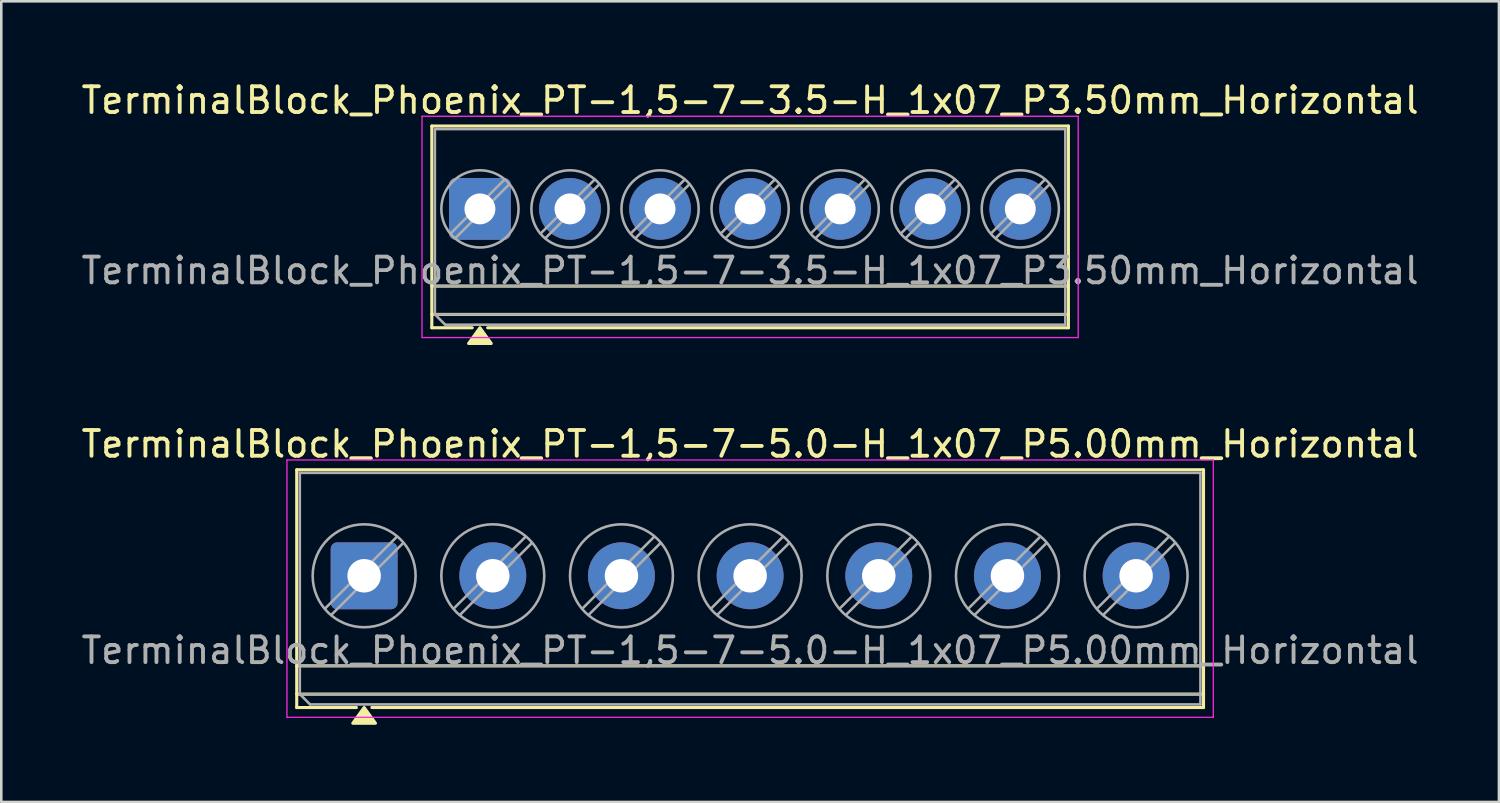
<source format=kicad_pcb>
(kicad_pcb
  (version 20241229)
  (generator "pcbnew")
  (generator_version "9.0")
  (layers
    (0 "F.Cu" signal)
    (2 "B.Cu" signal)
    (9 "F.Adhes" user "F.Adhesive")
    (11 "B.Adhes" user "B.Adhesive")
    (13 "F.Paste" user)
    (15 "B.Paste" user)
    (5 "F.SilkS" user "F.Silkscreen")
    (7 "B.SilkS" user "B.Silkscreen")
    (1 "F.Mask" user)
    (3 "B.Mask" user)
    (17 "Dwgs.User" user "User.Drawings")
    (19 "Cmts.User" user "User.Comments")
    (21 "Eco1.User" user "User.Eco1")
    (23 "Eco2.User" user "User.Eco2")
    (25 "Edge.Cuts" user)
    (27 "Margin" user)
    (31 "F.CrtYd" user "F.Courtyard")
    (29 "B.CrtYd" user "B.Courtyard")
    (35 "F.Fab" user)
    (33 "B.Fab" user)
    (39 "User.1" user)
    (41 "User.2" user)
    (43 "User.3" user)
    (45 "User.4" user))
  (footprint "TerminalBlock_Phoenix_PT-1,5-7-3.5-H_1x07_P3.50mm_Horizontal"
    (layer "F.Cu")
    (at 15.601 5.068)
    (property "Reference" "TerminalBlock_Phoenix_PT-1,5-7-3.5-H_1x07_P3.50mm_Horizontal" (at 10.5 -4.22 0) (layer "F.SilkS") (effects (font (size 1 1) (thickness 0.15))))
    (attr through_hole)
    (fp_line (start -1.87 -3.22) (end -1.87 4.62) (stroke (width 0.12) (type solid)) (layer "F.SilkS"))
    (fp_line (start -1.87 -3.22) (end 22.87 -3.22) (stroke (width 0.12) (type solid)) (layer "F.SilkS"))
    (fp_line (start -1.87 3) (end 22.87 3) (stroke (width 0.12) (type solid)) (layer "F.SilkS"))
    (fp_line (start -1.87 4.1) (end 22.87 4.1) (stroke (width 0.12) (type solid)) (layer "F.SilkS"))
    (fp_line (start -1.87 4.62) (end -0.3 4.62) (stroke (width 0.12) (type solid)) (layer "F.SilkS"))
    (fp_line (start 0.3 4.62) (end 22.87 4.62) (stroke (width 0.12) (type solid)) (layer "F.SilkS"))
    (fp_line (start 22.87 -3.22) (end 22.87 4.62) (stroke (width 0.12) (type solid)) (layer "F.SilkS"))
    (fp_poly (pts (xy 0 4.62) (xy 0.44 5.23) (xy -0.44 5.23)) (stroke (width 0.12) (type solid)) (fill yes) (layer "F.SilkS"))
    (fp_line (start -2.25 -3.6) (end -2.25 5) (stroke (width 0.05) (type solid)) (layer "F.CrtYd"))
    (fp_line (start -2.25 5) (end 23.25 5) (stroke (width 0.05) (type solid)) (layer "F.CrtYd"))
    (fp_line (start 23.25 -3.6) (end -2.25 -3.6) (stroke (width 0.05) (type solid)) (layer "F.CrtYd"))
    (fp_line (start 23.25 5) (end 23.25 -3.6) (stroke (width 0.05) (type solid)) (layer "F.CrtYd"))
    (fp_line (start -1.75 -3.1) (end 22.75 -3.1) (stroke (width 0.1) (type solid)) (layer "F.Fab"))
    (fp_line (start -1.75 3) (end 22.75 3) (stroke (width 0.1) (type solid)) (layer "F.Fab"))
    (fp_line (start -1.75 4.1) (end -1.75 -3.1) (stroke (width 0.1) (type solid)) (layer "F.Fab"))
    (fp_line (start -1.75 4.1) (end 22.75 4.1) (stroke (width 0.1) (type solid)) (layer "F.Fab"))
    (fp_line (start -1.35 4.5) (end -1.75 4.1) (stroke (width 0.1) (type solid)) (layer "F.Fab"))
    (fp_line (start 0.955 -1.138) (end -1.138 0.954) (stroke (width 0.1) (type solid)) (layer "F.Fab"))
    (fp_line (start 1.138 -0.954) (end -0.955 1.137) (stroke (width 0.1) (type solid)) (layer "F.Fab"))
    (fp_line (start 4.455 -1.138) (end 2.362 0.954) (stroke (width 0.1) (type solid)) (layer "F.Fab"))
    (fp_line (start 4.638 -0.954) (end 2.545 1.137) (stroke (width 0.1) (type solid)) (layer "F.Fab"))
    (fp_line (start 7.955 -1.138) (end 5.862 0.954) (stroke (width 0.1) (type solid)) (layer "F.Fab"))
    (fp_line (start 8.138 -0.954) (end 6.045 1.137) (stroke (width 0.1) (type solid)) (layer "F.Fab"))
    (fp_line (start 11.455 -1.138) (end 9.362 0.954) (stroke (width 0.1) (type solid)) (layer "F.Fab"))
    (fp_line (start 11.638 -0.954) (end 9.545 1.137) (stroke (width 0.1) (type solid)) (layer "F.Fab"))
    (fp_line (start 14.955 -1.138) (end 12.862 0.954) (stroke (width 0.1) (type solid)) (layer "F.Fab"))
    (fp_line (start 15.138 -0.954) (end 13.045 1.137) (stroke (width 0.1) (type solid)) (layer "F.Fab"))
    (fp_line (start 18.455 -1.138) (end 16.362 0.954) (stroke (width 0.1) (type solid)) (layer "F.Fab"))
    (fp_line (start 18.638 -0.954) (end 16.545 1.137) (stroke (width 0.1) (type solid)) (layer "F.Fab"))
    (fp_line (start 21.955 -1.138) (end 19.862 0.954) (stroke (width 0.1) (type solid)) (layer "F.Fab"))
    (fp_line (start 22.138 -0.954) (end 20.045 1.137) (stroke (width 0.1) (type solid)) (layer "F.Fab"))
    (fp_line (start 22.75 -3.1) (end 22.75 4.5) (stroke (width 0.1) (type solid)) (layer "F.Fab"))
    (fp_line (start 22.75 4.5) (end -1.35 4.5) (stroke (width 0.1) (type solid)) (layer "F.Fab"))
    (fp_circle (center 0 0) (end 1.5 0) (stroke (width 0.1) (type solid)) (fill no) (layer "F.Fab"))
    (fp_circle (center 3.5 0) (end 5 0) (stroke (width 0.1) (type solid)) (fill no) (layer "F.Fab"))
    (fp_circle (center 7 0) (end 8.5 0) (stroke (width 0.1) (type solid)) (fill no) (layer "F.Fab"))
    (fp_circle (center 10.5 0) (end 12 0) (stroke (width 0.1) (type solid)) (fill no) (layer "F.Fab"))
    (fp_circle (center 14 0) (end 15.5 0) (stroke (width 0.1) (type solid)) (fill no) (layer "F.Fab"))
    (fp_circle (center 17.5 0) (end 19 0) (stroke (width 0.1) (type solid)) (fill no) (layer "F.Fab"))
    (fp_circle (center 21 0) (end 22.5 0) (stroke (width 0.1) (type solid)) (fill no) (layer "F.Fab"))
    (fp_text user "${REFERENCE}" (at 10.5 2.4 0) (layer "F.Fab") (effects (font (size 1 1) (thickness 0.15))))
    (pad "1" thru_hole roundrect (at 0 0) (size 2.4 2.4) (drill 1.2) (layers "*.Cu" "*.Mask") (roundrect_rratio 0.104))
    (pad "2" thru_hole circle (at 3.5 0) (size 2.4 2.4) (drill 1.2) (layers "*.Cu" "*.Mask"))
    (pad "3" thru_hole circle (at 7 0) (size 2.4 2.4) (drill 1.2) (layers "*.Cu" "*.Mask"))
    (pad "4" thru_hole circle (at 10.5 0) (size 2.4 2.4) (drill 1.2) (layers "*.Cu" "*.Mask"))
    (pad "5" thru_hole circle (at 14 0) (size 2.4 2.4) (drill 1.2) (layers "*.Cu" "*.Mask"))
    (pad "6" thru_hole circle (at 17.5 0) (size 2.4 2.4) (drill 1.2) (layers "*.Cu" "*.Mask"))
    (pad "7" thru_hole circle (at 21 0) (size 2.4 2.4) (drill 1.2) (layers "*.Cu" "*.Mask")))
  (footprint "TerminalBlock_Phoenix_PT-1,5-7-5.0-H_1x07_P5.00mm_Horizontal"
    (layer "F.Cu")
    (at 11.101 19.326)
    (property "Reference" "TerminalBlock_Phoenix_PT-1,5-7-5.0-H_1x07_P5.00mm_Horizontal" (at 15 -5.12 0) (layer "F.SilkS") (effects (font (size 1 1) (thickness 0.15))))
    (attr through_hole)
    (fp_line (start -2.62 -4.12) (end -2.62 5.12) (stroke (width 0.12) (type solid)) (layer "F.SilkS"))
    (fp_line (start -2.62 -4.12) (end 32.62 -4.12) (stroke (width 0.12) (type solid)) (layer "F.SilkS"))
    (fp_line (start -2.62 3.5) (end 32.62 3.5) (stroke (width 0.12) (type solid)) (layer "F.SilkS"))
    (fp_line (start -2.62 4.6) (end 32.62 4.6) (stroke (width 0.12) (type solid)) (layer "F.SilkS"))
    (fp_line (start -2.62 5.12) (end -0.3 5.12) (stroke (width 0.12) (type solid)) (layer "F.SilkS"))
    (fp_line (start 0.3 5.12) (end 32.62 5.12) (stroke (width 0.12) (type solid)) (layer "F.SilkS"))
    (fp_line (start 32.62 -4.12) (end 32.62 5.12) (stroke (width 0.12) (type solid)) (layer "F.SilkS"))
    (fp_poly (pts (xy 0 5.12) (xy 0.44 5.73) (xy -0.44 5.73)) (stroke (width 0.12) (type solid)) (fill yes) (layer "F.SilkS"))
    (fp_line (start -3 -4.5) (end -3 5.5) (stroke (width 0.05) (type solid)) (layer "F.CrtYd"))
    (fp_line (start -3 5.5) (end 33 5.5) (stroke (width 0.05) (type solid)) (layer "F.CrtYd"))
    (fp_line (start 33 -4.5) (end -3 -4.5) (stroke (width 0.05) (type solid)) (layer "F.CrtYd"))
    (fp_line (start 33 5.5) (end 33 -4.5) (stroke (width 0.05) (type solid)) (layer "F.CrtYd"))
    (fp_line (start -2.5 -4) (end 32.5 -4) (stroke (width 0.1) (type solid)) (layer "F.Fab"))
    (fp_line (start -2.5 3.5) (end 32.5 3.5) (stroke (width 0.1) (type solid)) (layer "F.Fab"))
    (fp_line (start -2.5 4.6) (end -2.5 -4) (stroke (width 0.1) (type solid)) (layer "F.Fab"))
    (fp_line (start -2.5 4.6) (end 32.5 4.6) (stroke (width 0.1) (type solid)) (layer "F.Fab"))
    (fp_line (start -2.1 5) (end -2.5 4.6) (stroke (width 0.1) (type solid)) (layer "F.Fab"))
    (fp_line (start 1.273 -1.517) (end -1.517 1.272) (stroke (width 0.1) (type solid)) (layer "F.Fab"))
    (fp_line (start 1.517 -1.273) (end -1.273 1.517) (stroke (width 0.1) (type solid)) (layer "F.Fab"))
    (fp_line (start 6.273 -1.517) (end 3.483 1.272) (stroke (width 0.1) (type solid)) (layer "F.Fab"))
    (fp_line (start 6.517 -1.273) (end 3.727 1.517) (stroke (width 0.1) (type solid)) (layer "F.Fab"))
    (fp_line (start 11.273 -1.517) (end 8.483 1.272) (stroke (width 0.1) (type solid)) (layer "F.Fab"))
    (fp_line (start 11.517 -1.273) (end 8.727 1.517) (stroke (width 0.1) (type solid)) (layer "F.Fab"))
    (fp_line (start 16.273 -1.517) (end 13.483 1.272) (stroke (width 0.1) (type solid)) (layer "F.Fab"))
    (fp_line (start 16.517 -1.273) (end 13.727 1.517) (stroke (width 0.1) (type solid)) (layer "F.Fab"))
    (fp_line (start 21.273 -1.517) (end 18.483 1.272) (stroke (width 0.1) (type solid)) (layer "F.Fab"))
    (fp_line (start 21.517 -1.273) (end 18.727 1.517) (stroke (width 0.1) (type solid)) (layer "F.Fab"))
    (fp_line (start 26.273 -1.517) (end 23.483 1.272) (stroke (width 0.1) (type solid)) (layer "F.Fab"))
    (fp_line (start 26.517 -1.273) (end 23.727 1.517) (stroke (width 0.1) (type solid)) (layer "F.Fab"))
    (fp_line (start 31.273 -1.517) (end 28.483 1.272) (stroke (width 0.1) (type solid)) (layer "F.Fab"))
    (fp_line (start 31.517 -1.273) (end 28.727 1.517) (stroke (width 0.1) (type solid)) (layer "F.Fab"))
    (fp_line (start 32.5 -4) (end 32.5 5) (stroke (width 0.1) (type solid)) (layer "F.Fab"))
    (fp_line (start 32.5 5) (end -2.1 5) (stroke (width 0.1) (type solid)) (layer "F.Fab"))
    (fp_circle (center 0 0) (end 2 0) (stroke (width 0.1) (type solid)) (fill no) (layer "F.Fab"))
    (fp_circle (center 5 0) (end 7 0) (stroke (width 0.1) (type solid)) (fill no) (layer "F.Fab"))
    (fp_circle (center 10 0) (end 12 0) (stroke (width 0.1) (type solid)) (fill no) (layer "F.Fab"))
    (fp_circle (center 15 0) (end 17 0) (stroke (width 0.1) (type solid)) (fill no) (layer "F.Fab"))
    (fp_circle (center 20 0) (end 22 0) (stroke (width 0.1) (type solid)) (fill no) (layer "F.Fab"))
    (fp_circle (center 25 0) (end 27 0) (stroke (width 0.1) (type solid)) (fill no) (layer "F.Fab"))
    (fp_circle (center 30 0) (end 32 0) (stroke (width 0.1) (type solid)) (fill no) (layer "F.Fab"))
    (fp_text user "${REFERENCE}" (at 15 2.9 0) (layer "F.Fab") (effects (font (size 1 1) (thickness 0.15))))
    (pad "1" thru_hole roundrect (at 0 0) (size 2.6 2.6) (drill 1.3) (layers "*.Cu" "*.Mask") (roundrect_rratio 0.096))
    (pad "2" thru_hole circle (at 5 0) (size 2.6 2.6) (drill 1.3) (layers "*.Cu" "*.Mask"))
    (pad "3" thru_hole circle (at 10 0) (size 2.6 2.6) (drill 1.3) (layers "*.Cu" "*.Mask"))
    (pad "4" thru_hole circle (at 15 0) (size 2.6 2.6) (drill 1.3) (layers "*.Cu" "*.Mask"))
    (pad "5" thru_hole circle (at 20 0) (size 2.6 2.6) (drill 1.3) (layers "*.Cu" "*.Mask"))
    (pad "6" thru_hole circle (at 25 0) (size 2.6 2.6) (drill 1.3) (layers "*.Cu" "*.Mask"))
    (pad "7" thru_hole circle (at 30 0) (size 2.6 2.6) (drill 1.3) (layers "*.Cu" "*.Mask")))
  (gr_rect
    (start -3 -3)
    (end 55.202 28.116)
    (stroke (width 0.1) (type default))
    (fill no)
    (layer "Edge.Cuts")))
</source>
